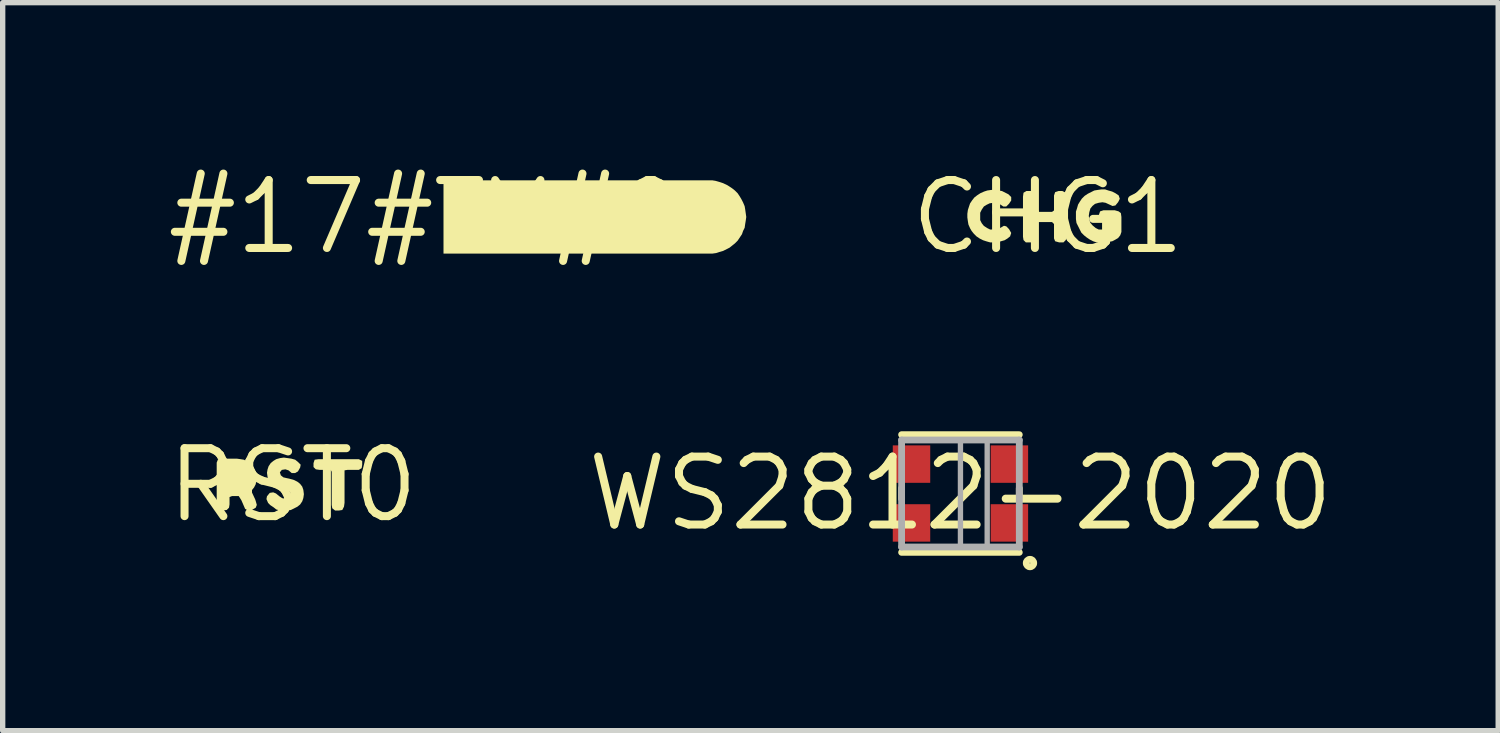
<source format=kicad_pcb>
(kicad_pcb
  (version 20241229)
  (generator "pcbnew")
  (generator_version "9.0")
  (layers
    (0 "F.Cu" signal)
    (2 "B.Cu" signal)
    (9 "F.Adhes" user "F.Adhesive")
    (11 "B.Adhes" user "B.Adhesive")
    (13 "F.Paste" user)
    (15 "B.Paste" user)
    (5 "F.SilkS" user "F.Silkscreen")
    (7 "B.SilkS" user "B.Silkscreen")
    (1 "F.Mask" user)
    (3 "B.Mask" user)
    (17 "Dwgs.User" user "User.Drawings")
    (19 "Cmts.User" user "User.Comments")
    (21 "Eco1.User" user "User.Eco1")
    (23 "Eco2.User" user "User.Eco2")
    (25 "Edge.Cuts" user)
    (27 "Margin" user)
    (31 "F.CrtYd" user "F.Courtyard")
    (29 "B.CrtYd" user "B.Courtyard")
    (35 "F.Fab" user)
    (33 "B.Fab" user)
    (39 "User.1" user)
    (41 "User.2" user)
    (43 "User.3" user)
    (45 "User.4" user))
  (footprint "#17#TX#0"
    (layer "F.Cu")
    (at 4.906 1.006)
    (property "Reference" "#17#TX#0" (at 0 0 0) (layer "F.SilkS") (effects (font (size 1.27 1.27) (thickness 0.15))))
    (fp_poly (pts (xy 5.36 -0.685) (xy 5.421 -0.675) (xy 5.491 -0.655) (xy 5.552 -0.635) (xy 5.622 -0.604) (xy 5.673 -0.574) (xy 5.733 -0.534) (xy 5.783 -0.494) (xy 5.834 -0.443) (xy 5.874 -0.383) (xy 5.904 -0.332) (xy 5.935 -0.272) (xy 5.965 -0.201) (xy 5.975 -0.141) (xy 5.985 -0.071) (xy 5.995 0) (xy 5.985 0.071) (xy 5.975 0.131) (xy 5.965 0.202) (xy 5.935 0.262) (xy 5.915 0.322) (xy 5.834 0.443) (xy 5.783 0.494) (xy 5.733 0.534) (xy 5.683 0.574) (xy 5.562 0.635) (xy 5.491 0.655) (xy 5.431 0.675) (xy 5.36 0.685) (xy 0.335 0.685) (xy 0.335 -0.685)) (stroke (width 0) (type default)) (fill yes) (layer "F.SilkS")))
  (footprint "WS2812-2020"
    (layer "F.Cu")
    (at 14.905 6.176)
    (property "Reference" "WS2812-2020" (at 0 0 0) (layer "F.SilkS") (effects (font (size 1.27 1.27) (thickness 0.15))))
    (fp_line (start -1.1 -1.1) (end 1.1 -1.1) (stroke (width 0.127) (type solid)) (layer "F.SilkS"))
    (fp_line (start -1.1 0.1) (end -1.1 -0.1) (stroke (width 0.127) (type solid)) (layer "F.SilkS"))
    (fp_line (start 1.1 0.1) (end 1.1 -0.1) (stroke (width 0.127) (type solid)) (layer "F.SilkS"))
    (fp_line (start 1.1 1.1) (end -1.1 1.1) (stroke (width 0.127) (type solid)) (layer "F.SilkS"))
    (fp_circle (center 1.3 1.3) (end 1.37 1.3) (stroke (width 0.127) (type solid)) (fill no) (layer "F.SilkS"))
    (fp_line (start -1.1 -1) (end -1.1 1) (stroke (width 0.127) (type solid)) (layer "F.Fab"))
    (fp_line (start -1.1 1) (end 1.1 1) (stroke (width 0.127) (type solid)) (layer "F.Fab"))
    (fp_line (start 1.1 -1) (end -1.1 -1) (stroke (width 0.127) (type solid)) (layer "F.Fab"))
    (fp_line (start 1.1 1) (end 1.1 -1) (stroke (width 0.127) (type solid)) (layer "F.Fab"))
    (fp_poly (pts (xy 0 1) (xy 0.5 1) (xy 0.5 -1) (xy 0 -1)) (stroke (width 0.1) (type default)) (fill no) (layer "F.Fab"))
    (pad "DI" smd rect (at -0.915 -0.55) (size 0.7 0.7) (layers "F.Cu" "F.Mask" "F.Paste"))
    (pad "DO" smd rect (at 0.915 0.55) (size 0.7 0.7) (layers "F.Cu" "F.Mask" "F.Paste"))
    (pad "GND" smd rect (at 0.915 -0.55) (size 0.7 0.7) (layers "F.Cu" "F.Mask" "F.Paste"))
    (pad "VCC" smd rect (at -0.915 0.55) (size 0.7 0.7) (layers "F.Cu" "F.Mask" "F.Paste")))
  (footprint "RST0"
    (layer "F.Cu")
    (at 2.426 6.019)
    (property "Reference" "RST0" (at 0 0 0) (layer "F.SilkS") (effects (font (size 1.27 1.27) (thickness 0.15))))
    (fp_poly (pts (xy 1.295 -0.453) (xy 1.295 -0.38) (xy 1.285 -0.317) (xy 1.231 -0.285) (xy 1.02 -0.285) (xy 0.965 -0.276) (xy 0.965 0.33) (xy 0.955 0.402) (xy 0.923 0.465) (xy 0.86 0.475) (xy 0.788 0.475) (xy 0.735 0.433) (xy 0.725 0.37) (xy 0.725 -0.249) (xy 0.707 -0.285) (xy 0.5 -0.285) (xy 0.428 -0.295) (xy 0.385 -0.338) (xy 0.385 -0.411) (xy 0.406 -0.475) (xy 0.48 -0.485) (xy 1.231 -0.485)) (stroke (width 0) (type default)) (fill yes) (layer "F.SilkS"))
    (fp_poly (pts (xy -0.979 -0.485) (xy -0.918 -0.475) (xy -0.857 -0.444) (xy -0.792 -0.401) (xy -0.798 -0.395) (xy -0.746 -0.353) (xy -0.685 -0.232) (xy -0.675 -0.16) (xy -0.685 -0.089) (xy -0.695 -0.018) (xy -0.726 0.043) (xy -0.765 0.092) (xy -0.765 0.139) (xy -0.705 0.268) (xy -0.695 0.299) (xy -0.675 0.37) (xy -0.696 0.423) (xy -0.768 0.465) (xy -0.841 0.475) (xy -0.894 0.443) (xy -0.964 0.282) (xy -1.013 0.205) (xy -1.139 0.205) (xy -1.185 0.223) (xy -1.185 0.36) (xy -1.195 0.422) (xy -1.238 0.465) (xy -1.33 0.475) (xy -1.404 0.454) (xy -1.425 0.401) (xy -1.425 -0.421) (xy -1.404 -0.474) (xy -1.331 -0.495) (xy -1.05 -0.495)) (stroke (width 0) (type default)) (fill yes) (layer "F.SilkS"))
    (fp_poly (pts (xy -0.099 -0.505) (xy -0.029 -0.495) (xy 0.042 -0.475) (xy 0.093 -0.434) (xy 0.145 -0.382) (xy 0.135 -0.328) (xy 0.094 -0.256) (xy 0.041 -0.225) (xy -0.022 -0.225) (xy -0.082 -0.276) (xy -0.14 -0.295) (xy -0.207 -0.285) (xy -0.244 -0.239) (xy -0.226 -0.183) (xy -0.178 -0.145) (xy -0.049 -0.115) (xy 0.022 -0.095) (xy 0.083 -0.064) (xy 0.134 -0.024) (xy 0.174 0.028) (xy 0.195 0.089) (xy 0.205 0.17) (xy 0.195 0.241) (xy 0.175 0.302) (xy 0.134 0.363) (xy 0.083 0.404) (xy -0.038 0.465) (xy -0.1 0.475) (xy -0.241 0.475) (xy -0.312 0.455) (xy -0.363 0.414) (xy -0.423 0.374) (xy -0.464 0.333) (xy -0.495 0.261) (xy -0.485 0.208) (xy -0.433 0.145) (xy -0.369 0.135) (xy -0.317 0.156) (xy -0.257 0.206) (xy -0.198 0.245) (xy -0.131 0.255) (xy -0.064 0.226) (xy -0.045 0.179) (xy -0.055 0.123) (xy -0.112 0.095) (xy -0.181 0.085) (xy -0.242 0.065) (xy -0.312 0.035) (xy -0.373 0.004) (xy -0.424 -0.037) (xy -0.455 -0.088) (xy -0.475 -0.159) (xy -0.485 -0.23) (xy -0.475 -0.291) (xy -0.455 -0.352) (xy -0.414 -0.413) (xy -0.363 -0.454) (xy -0.312 -0.485) (xy -0.241 -0.505) (xy -0.17 -0.515)) (stroke (width 0) (type default)) (fill yes) (layer "F.SilkS")))
  (footprint "CHG1"
    (layer "F.Cu")
    (at 16.539 1.006)
    (property "Reference" "CHG1" (at 0 0 0) (layer "F.SilkS") (effects (font (size 1.27 1.27) (thickness 0.15))))
    (fp_poly (pts (xy -0.246 -0.464) (xy -0.225 -0.401) (xy -0.225 -0.132) (xy -0.198 -0.095) (xy 0.078 -0.095) (xy 0.115 -0.122) (xy 0.115 -0.401) (xy 0.136 -0.464) (xy 0.199 -0.485) (xy 0.271 -0.485) (xy 0.335 -0.453) (xy 0.345 -0.39) (xy 0.355 0.371) (xy 0.334 0.433) (xy 0.292 0.475) (xy 0.209 0.475) (xy 0.136 0.454) (xy 0.115 0.401) (xy 0.115 0.132) (xy 0.078 0.095) (xy -0.188 0.095) (xy -0.225 0.132) (xy -0.225 0.401) (xy -0.257 0.454) (xy -0.319 0.475) (xy -0.412 0.475) (xy -0.455 0.432) (xy -0.465 0.37) (xy -0.465 -0.38) (xy -0.455 -0.453) (xy -0.401 -0.485) (xy -0.319 -0.485)) (stroke (width 0) (type default)) (fill yes) (layer "F.SilkS"))
    (fp_poly (pts (xy -0.929 -0.495) (xy -0.858 -0.485) (xy -0.737 -0.424) (xy -0.685 -0.372) (xy -0.685 -0.308) (xy -0.726 -0.247) (xy -0.778 -0.195) (xy -0.832 -0.195) (xy -0.892 -0.235) (xy -0.951 -0.255) (xy -1.02 -0.265) (xy -1.088 -0.255) (xy -1.148 -0.226) (xy -1.196 -0.196) (xy -1.236 -0.137) (xy -1.265 -0.079) (xy -1.265 0.059) (xy -1.236 0.117) (xy -1.197 0.166) (xy -1.137 0.206) (xy -1.079 0.235) (xy -0.951 0.235) (xy -0.892 0.206) (xy -0.821 0.165) (xy -0.777 0.175) (xy -0.726 0.227) (xy -0.685 0.299) (xy -0.706 0.363) (xy -0.757 0.404) (xy -0.808 0.435) (xy -0.879 0.455) (xy -0.949 0.475) (xy -1.081 0.475) (xy -1.151 0.455) (xy -1.212 0.435) (xy -1.273 0.404) (xy -1.333 0.364) (xy -1.384 0.313) (xy -1.424 0.263) (xy -1.454 0.212) (xy -1.485 0.141) (xy -1.495 0.081) (xy -1.505 0.01) (xy -1.505 -0.06) (xy -1.495 -0.131) (xy -1.475 -0.192) (xy -1.455 -0.252) (xy -1.414 -0.313) (xy -1.374 -0.364) (xy -1.323 -0.404) (xy -1.262 -0.444) (xy -1.192 -0.475) (xy -1.131 -0.495) (xy -1.06 -0.505) (xy -1 -0.505)) (stroke (width 0) (type default)) (fill yes) (layer "F.SilkS"))
    (fp_poly (pts (xy 1.131 -0.495) (xy 1.202 -0.475) (xy 1.263 -0.444) (xy 1.324 -0.403) (xy 1.345 -0.34) (xy 1.314 -0.277) (xy 1.263 -0.215) (xy 1.209 -0.205) (xy 1.079 -0.265) (xy 1.02 -0.275) (xy 0.951 -0.265) (xy 0.882 -0.245) (xy 0.834 -0.206) (xy 0.795 -0.158) (xy 0.775 -0.089) (xy 0.765 -0.02) (xy 0.775 0.049) (xy 0.794 0.108) (xy 0.834 0.156) (xy 0.893 0.206) (xy 0.951 0.235) (xy 1.079 0.235) (xy 1.135 0.207) (xy 1.135 0.085) (xy 0.998 0.075) (xy 0.955 0.032) (xy 0.955 -0.041) (xy 0.976 -0.104) (xy 1.039 -0.125) (xy 1.251 -0.125) (xy 1.322 -0.105) (xy 1.365 -0.073) (xy 1.375 -0.000355) (xy 1.375 0.281) (xy 1.354 0.342) (xy 1.313 0.394) (xy 1.262 0.424) (xy 1.202 0.455) (xy 1.131 0.465) (xy 1.06 0.475) (xy 0.909 0.475) (xy 0.848 0.455) (xy 0.787 0.424) (xy 0.727 0.384) (xy 0.677 0.344) (xy 0.626 0.293) (xy 0.535 0.112) (xy 0.525 0.04) (xy 0.525 -0.101) (xy 0.545 -0.161) (xy 0.565 -0.232) (xy 0.596 -0.283) (xy 0.636 -0.343) (xy 0.687 -0.394) (xy 0.747 -0.434) (xy 0.868 -0.495) (xy 0.929 -0.505) (xy 1 -0.515) (xy 1.071 -0.515)) (stroke (width 0) (type default)) (fill yes) (layer "F.SilkS")))
  (gr_rect
    (start -3 -3)
    (end 24.958 10.609)
    (stroke (width 0.1) (type default))
    (fill no)
    (layer "Edge.Cuts")))
</source>
